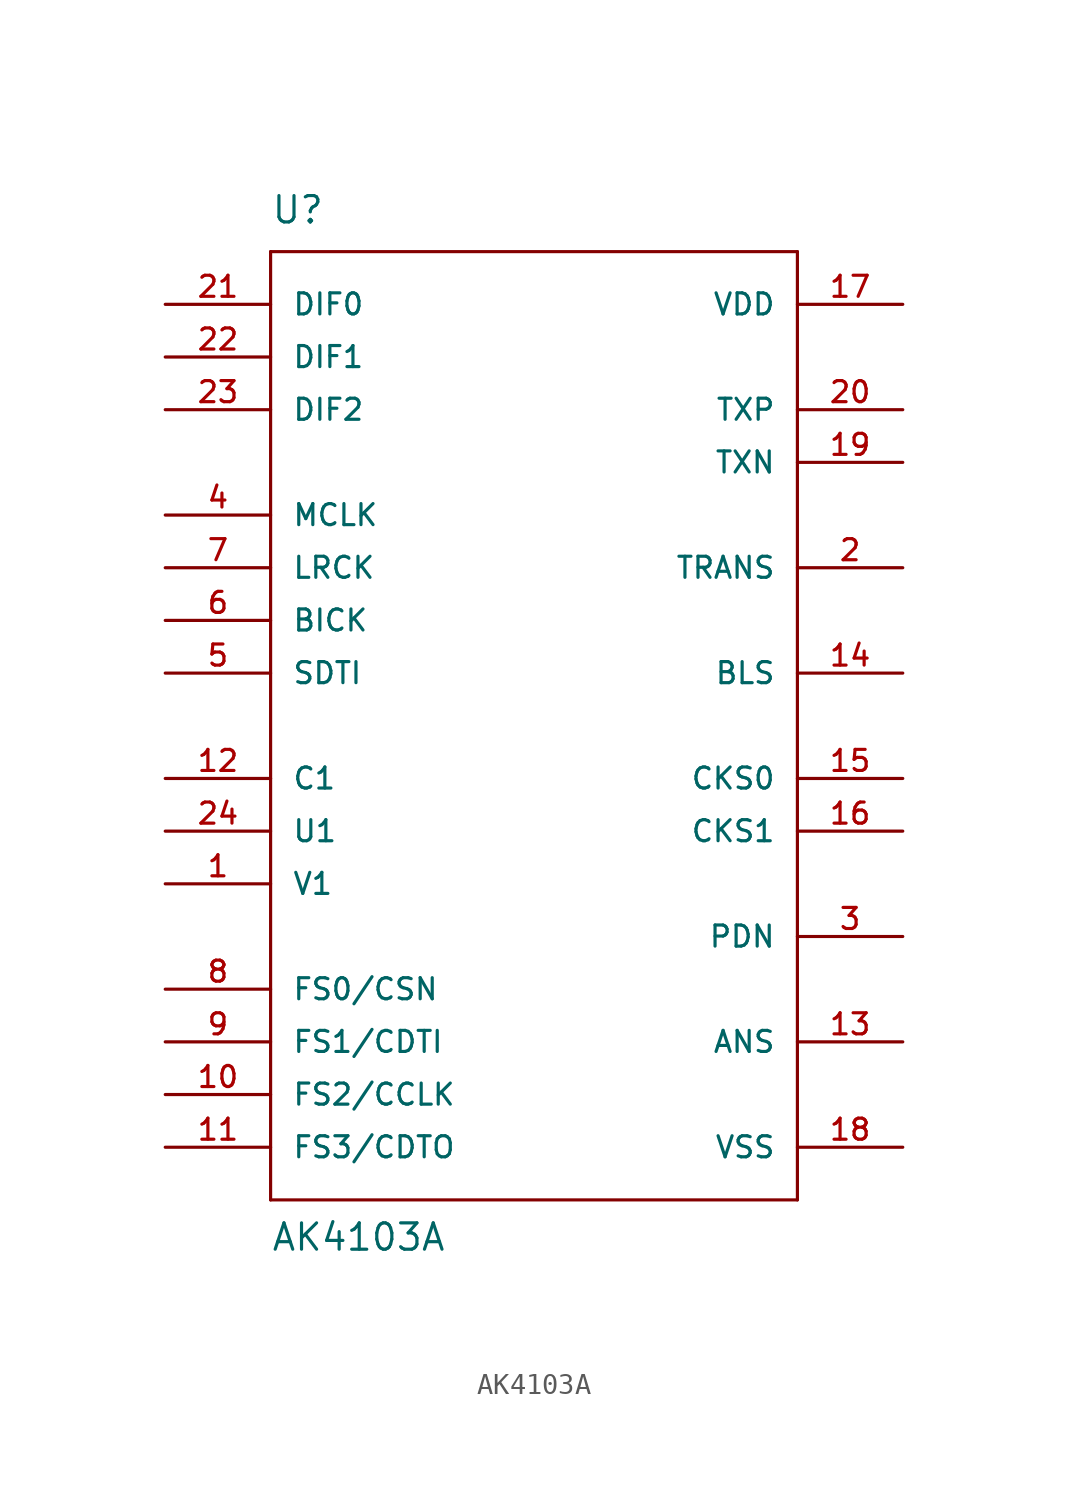
<source format=kicad_sym>
(kicad_symbol_lib
  (version 20211014)
  (generator kicad_symbol_editor)
  (symbol "AK4103A"
    (pin_names
      (offset 1.016))
    (property "Reference" "U"
      (at -12.7 21.59 0)
      (effects (font (size 1.27 1.27)) (justify left bottom)))
    (property "Value" "AK4103A"
      (at -12.7 -27.94 0)
      (effects (font (size 1.27 1.27)) (justify left bottom)))
    (symbol "AK4103A_1_0"
      (polyline (pts (xy -12.7 -25.4) (xy -12.7 20.32)) (stroke (width 0) (type default) (color 0 0 0 0)) (fill (type none)))
      (polyline (pts (xy -12.7 20.32) (xy 12.7 20.32)) (stroke (width 0) (type default) (color 0 0 0 0)) (fill (type none)))
      (polyline (pts (xy 12.7 -25.4) (xy -12.7 -25.4)) (stroke (width 0) (type default) (color 0 0 0 0)) (fill (type none)))
      (polyline (pts (xy 12.7 20.32) (xy 12.7 -25.4)) (stroke (width 0) (type default) (color 0 0 0 0)) (fill (type none))))
    (symbol "AK4103A_1_1"
      (pin input line (at -17.78 -10.16 0) (length 5.08) (name "V1" (effects (font (size 1.016 1.016)))) (number "1" (effects (font (size 1.016 1.016)))))
      (pin bidirectional line (at -17.78 -20.32 0) (length 5.08) (name "FS2/CCLK" (effects (font (size 1.016 1.016)))) (number "10" (effects (font (size 1.016 1.016)))))
      (pin bidirectional line (at -17.78 -22.86 0) (length 5.08) (name "FS3/CDTO" (effects (font (size 1.016 1.016)))) (number "11" (effects (font (size 1.016 1.016)))))
      (pin input line (at -17.78 -5.08 0) (length 5.08) (name "C1" (effects (font (size 1.016 1.016)))) (number "12" (effects (font (size 1.016 1.016)))))
      (pin bidirectional line (at 17.78 -17.78 180) (length 5.08) (name "ANS" (effects (font (size 1.016 1.016)))) (number "13" (effects (font (size 1.016 1.016)))))
      (pin bidirectional line (at 17.78 0 180) (length 5.08) (name "BLS" (effects (font (size 1.016 1.016)))) (number "14" (effects (font (size 1.016 1.016)))))
      (pin input line (at 17.78 -5.08 180) (length 5.08) (name "CKS0" (effects (font (size 1.016 1.016)))) (number "15" (effects (font (size 1.016 1.016)))))
      (pin input line (at 17.78 -7.62 180) (length 5.08) (name "CKS1" (effects (font (size 1.016 1.016)))) (number "16" (effects (font (size 1.016 1.016)))))
      (pin bidirectional line (at 17.78 17.78 180) (length 5.08) (name "VDD" (effects (font (size 1.016 1.016)))) (number "17" (effects (font (size 1.016 1.016)))))
      (pin bidirectional line (at 17.78 -22.86 180) (length 5.08) (name "VSS" (effects (font (size 1.016 1.016)))) (number "18" (effects (font (size 1.016 1.016)))))
      (pin output line (at 17.78 10.16 180) (length 5.08) (name "TXN" (effects (font (size 1.016 1.016)))) (number "19" (effects (font (size 1.016 1.016)))))
      (pin input line (at 17.78 5.08 180) (length 5.08) (name "TRANS" (effects (font (size 1.016 1.016)))) (number "2" (effects (font (size 1.016 1.016)))))
      (pin output line (at 17.78 12.7 180) (length 5.08) (name "TXP" (effects (font (size 1.016 1.016)))) (number "20" (effects (font (size 1.016 1.016)))))
      (pin input line (at -17.78 17.78 0) (length 5.08) (name "DIF0" (effects (font (size 1.016 1.016)))) (number "21" (effects (font (size 1.016 1.016)))))
      (pin input line (at -17.78 15.24 0) (length 5.08) (name "DIF1" (effects (font (size 1.016 1.016)))) (number "22" (effects (font (size 1.016 1.016)))))
      (pin input line (at -17.78 12.7 0) (length 5.08) (name "DIF2" (effects (font (size 1.016 1.016)))) (number "23" (effects (font (size 1.016 1.016)))))
      (pin input line (at -17.78 -7.62 0) (length 5.08) (name "U1" (effects (font (size 1.016 1.016)))) (number "24" (effects (font (size 1.016 1.016)))))
      (pin input line (at 17.78 -12.7 180) (length 5.08) (name "PDN" (effects (font (size 1.016 1.016)))) (number "3" (effects (font (size 1.016 1.016)))))
      (pin input line (at -17.78 7.62 0) (length 5.08) (name "MCLK" (effects (font (size 1.016 1.016)))) (number "4" (effects (font (size 1.016 1.016)))))
      (pin input line (at -17.78 0 0) (length 5.08) (name "SDTI" (effects (font (size 1.016 1.016)))) (number "5" (effects (font (size 1.016 1.016)))))
      (pin bidirectional line (at -17.78 2.54 0) (length 5.08) (name "BICK" (effects (font (size 1.016 1.016)))) (number "6" (effects (font (size 1.016 1.016)))))
      (pin bidirectional line (at -17.78 5.08 0) (length 5.08) (name "LRCK" (effects (font (size 1.016 1.016)))) (number "7" (effects (font (size 1.016 1.016)))))
      (pin bidirectional line (at -17.78 -15.24 0) (length 5.08) (name "FS0/CSN" (effects (font (size 1.016 1.016)))) (number "8" (effects (font (size 1.016 1.016)))))
      (pin bidirectional line (at -17.78 -17.78 0) (length 5.08) (name "FS1/CDTI" (effects (font (size 1.016 1.016)))) (number "9" (effects (font (size 1.016 1.016))))))))
</source>
